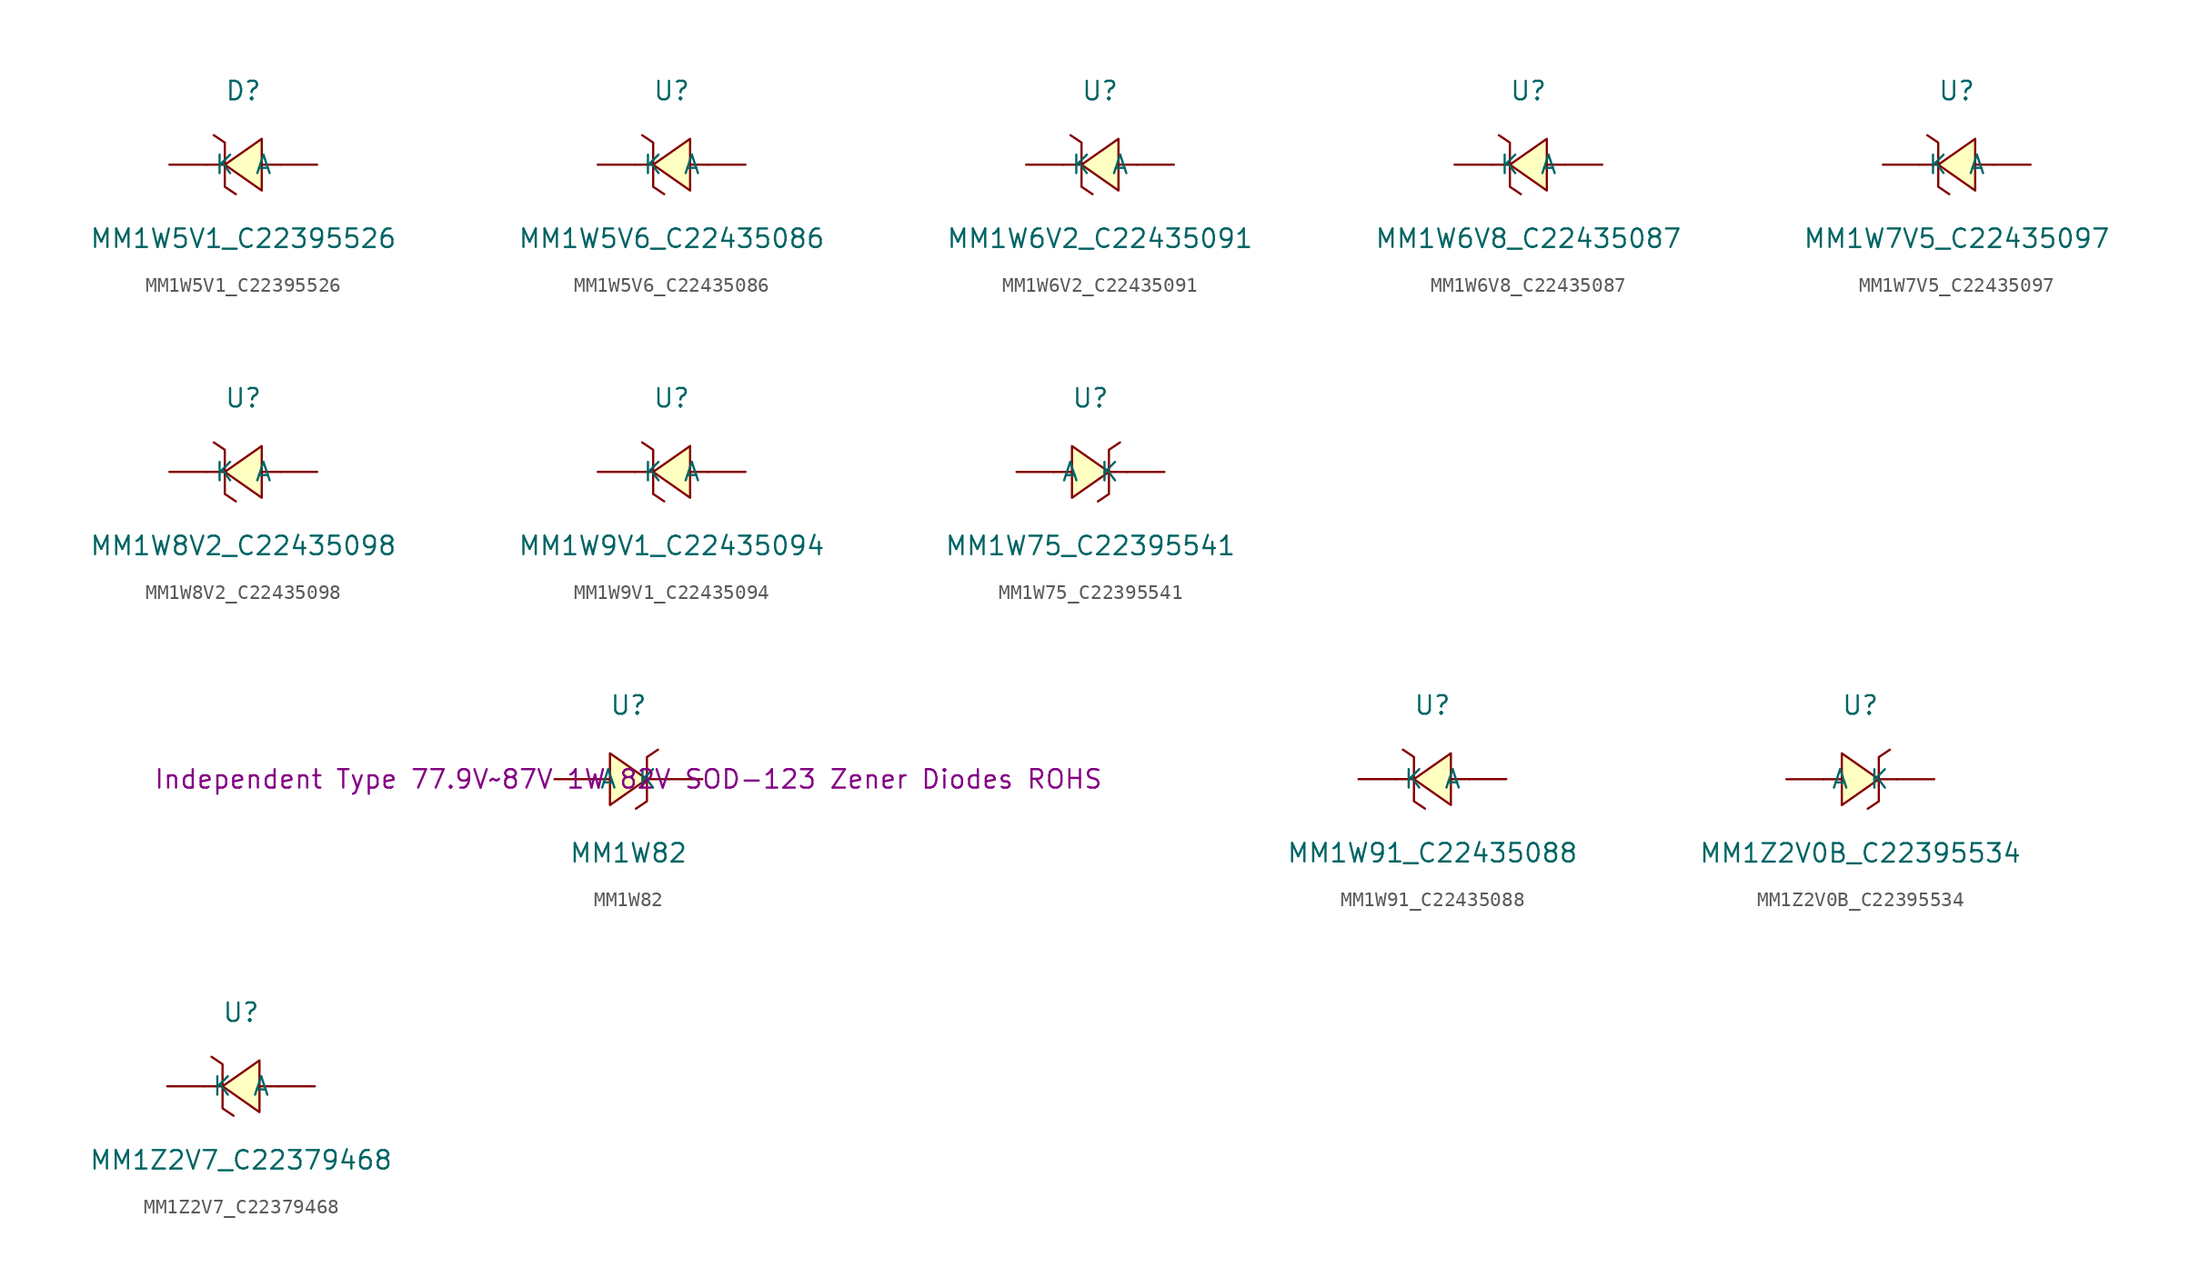
<source format=kicad_sym>
(kicad_symbol_lib
  (version 20241209)
  (generator "kicad_symbol_editor")
  (generator_version "9.0")
  (symbol "MM1W5V1_C22395526"
    (pin_numbers
      (hide yes))
    (property "Reference" "D"
      (at 0 5.08 0)
      (effects (font (size 1.27 1.27))))
    (property "Value" "MM1W5V1_C22395526"
      (at 0 -5.08 0)
      (effects (font (size 1.27 1.27))))
    (symbol "MM1W5V1_C22395526_0_1"
      (polyline (pts (xy -2.03 2.03) (xy -1.27 1.52) (xy -1.27 -1.52) (xy -0.51 -2.03)) (stroke (width 0) (type default)) (fill (type none)))
      (polyline (pts (xy -1.27 0) (xy -2.54 0)) (stroke (width 0) (type default)) (fill (type none)))
      (polyline (pts (xy 1.27 1.78) (xy -1.27 0) (xy 1.27 -1.78) (xy 1.27 1.78)) (stroke (width 0) (type default)) (fill (type background)))
      (polyline (pts (xy 2.54 0) (xy 1.27 0)) (stroke (width 0) (type default)) (fill (type none)))
      (pin unspecified line (at -5.08 0 0) (length 2.54) (name "K" (effects (font (size 1.27 1.27)))) (number "1" (effects (font (size 1.27 1.27)))))
      (pin unspecified line (at 5.08 0 180) (length 2.54) (name "A" (effects (font (size 1.27 1.27)))) (number "2" (effects (font (size 1.27 1.27)))))))
  (symbol "MM1W5V6_C22435086"
    (pin_numbers
      (hide yes))
    (property "Reference" "U"
      (at 0 5.08 0)
      (effects (font (size 1.27 1.27))))
    (property "Value" "MM1W5V6_C22435086"
      (at 0 -5.08 0)
      (effects (font (size 1.27 1.27))))
    (symbol "MM1W5V6_C22435086_0_1"
      (polyline (pts (xy -2.03 2.03) (xy -1.27 1.52) (xy -1.27 -1.52) (xy -0.51 -2.03)) (stroke (width 0) (type default)) (fill (type none)))
      (polyline (pts (xy -1.27 0) (xy -2.54 0)) (stroke (width 0) (type default)) (fill (type none)))
      (polyline (pts (xy 1.27 1.78) (xy -1.27 0) (xy 1.27 -1.78) (xy 1.27 1.78)) (stroke (width 0) (type default)) (fill (type background)))
      (polyline (pts (xy 2.54 0) (xy 1.27 0)) (stroke (width 0) (type default)) (fill (type none)))
      (pin unspecified line (at -5.08 0 0) (length 2.54) (name "K" (effects (font (size 1.27 1.27)))) (number "1" (effects (font (size 1.27 1.27)))))
      (pin unspecified line (at 5.08 0 180) (length 2.54) (name "A" (effects (font (size 1.27 1.27)))) (number "2" (effects (font (size 1.27 1.27)))))))
  (symbol "MM1W6V2_C22435091"
    (pin_numbers
      (hide yes))
    (property "Reference" "U"
      (at 0 5.08 0)
      (effects (font (size 1.27 1.27))))
    (property "Value" "MM1W6V2_C22435091"
      (at 0 -5.08 0)
      (effects (font (size 1.27 1.27))))
    (symbol "MM1W6V2_C22435091_0_1"
      (polyline (pts (xy -2.03 2.03) (xy -1.27 1.52) (xy -1.27 -1.52) (xy -0.51 -2.03)) (stroke (width 0) (type default)) (fill (type none)))
      (polyline (pts (xy -1.27 0) (xy -2.54 0)) (stroke (width 0) (type default)) (fill (type none)))
      (polyline (pts (xy 1.27 1.78) (xy -1.27 0) (xy 1.27 -1.78) (xy 1.27 1.78)) (stroke (width 0) (type default)) (fill (type background)))
      (polyline (pts (xy 2.54 0) (xy 1.27 0)) (stroke (width 0) (type default)) (fill (type none)))
      (pin unspecified line (at -5.08 0 0) (length 2.54) (name "K" (effects (font (size 1.27 1.27)))) (number "1" (effects (font (size 1.27 1.27)))))
      (pin unspecified line (at 5.08 0 180) (length 2.54) (name "A" (effects (font (size 1.27 1.27)))) (number "2" (effects (font (size 1.27 1.27)))))))
  (symbol "MM1W6V8_C22435087"
    (pin_numbers
      (hide yes))
    (property "Reference" "U"
      (at 0 5.08 0)
      (effects (font (size 1.27 1.27))))
    (property "Value" "MM1W6V8_C22435087"
      (at 0 -5.08 0)
      (effects (font (size 1.27 1.27))))
    (symbol "MM1W6V8_C22435087_0_1"
      (polyline (pts (xy -2.03 2.03) (xy -1.27 1.52) (xy -1.27 -1.52) (xy -0.51 -2.03)) (stroke (width 0) (type default)) (fill (type none)))
      (polyline (pts (xy -1.27 0) (xy -2.54 0)) (stroke (width 0) (type default)) (fill (type none)))
      (polyline (pts (xy 1.27 1.78) (xy -1.27 0) (xy 1.27 -1.78) (xy 1.27 1.78)) (stroke (width 0) (type default)) (fill (type background)))
      (polyline (pts (xy 2.54 0) (xy 1.27 0)) (stroke (width 0) (type default)) (fill (type none)))
      (pin unspecified line (at -5.08 0 0) (length 2.54) (name "K" (effects (font (size 1.27 1.27)))) (number "1" (effects (font (size 1.27 1.27)))))
      (pin unspecified line (at 5.08 0 180) (length 2.54) (name "A" (effects (font (size 1.27 1.27)))) (number "2" (effects (font (size 1.27 1.27)))))))
  (symbol "MM1W7V5_C22435097"
    (pin_numbers
      (hide yes))
    (property "Reference" "U"
      (at 0 5.08 0)
      (effects (font (size 1.27 1.27))))
    (property "Value" "MM1W7V5_C22435097"
      (at 0 -5.08 0)
      (effects (font (size 1.27 1.27))))
    (symbol "MM1W7V5_C22435097_0_1"
      (polyline (pts (xy -2.03 2.03) (xy -1.27 1.52) (xy -1.27 -1.52) (xy -0.51 -2.03)) (stroke (width 0) (type default)) (fill (type none)))
      (polyline (pts (xy -1.27 0) (xy -2.54 0)) (stroke (width 0) (type default)) (fill (type none)))
      (polyline (pts (xy 1.27 1.78) (xy -1.27 0) (xy 1.27 -1.78) (xy 1.27 1.78)) (stroke (width 0) (type default)) (fill (type background)))
      (polyline (pts (xy 2.54 0) (xy 1.27 0)) (stroke (width 0) (type default)) (fill (type none)))
      (pin unspecified line (at -5.08 0 0) (length 2.54) (name "K" (effects (font (size 1.27 1.27)))) (number "1" (effects (font (size 1.27 1.27)))))
      (pin unspecified line (at 5.08 0 180) (length 2.54) (name "A" (effects (font (size 1.27 1.27)))) (number "2" (effects (font (size 1.27 1.27)))))))
  (symbol "MM1W8V2_C22435098"
    (pin_numbers
      (hide yes))
    (property "Reference" "U"
      (at 0 5.08 0)
      (effects (font (size 1.27 1.27))))
    (property "Value" "MM1W8V2_C22435098"
      (at 0 -5.08 0)
      (effects (font (size 1.27 1.27))))
    (symbol "MM1W8V2_C22435098_0_1"
      (polyline (pts (xy -2.03 2.03) (xy -1.27 1.52) (xy -1.27 -1.52) (xy -0.51 -2.03)) (stroke (width 0) (type default)) (fill (type none)))
      (polyline (pts (xy -1.27 0) (xy -2.54 0)) (stroke (width 0) (type default)) (fill (type none)))
      (polyline (pts (xy 1.27 1.78) (xy -1.27 0) (xy 1.27 -1.78) (xy 1.27 1.78)) (stroke (width 0) (type default)) (fill (type background)))
      (polyline (pts (xy 2.54 0) (xy 1.27 0)) (stroke (width 0) (type default)) (fill (type none)))
      (pin unspecified line (at -5.08 0 0) (length 2.54) (name "K" (effects (font (size 1.27 1.27)))) (number "1" (effects (font (size 1.27 1.27)))))
      (pin unspecified line (at 5.08 0 180) (length 2.54) (name "A" (effects (font (size 1.27 1.27)))) (number "2" (effects (font (size 1.27 1.27)))))))
  (symbol "MM1W9V1_C22435094"
    (pin_numbers
      (hide yes))
    (property "Reference" "U"
      (at 0 5.08 0)
      (effects (font (size 1.27 1.27))))
    (property "Value" "MM1W9V1_C22435094"
      (at 0 -5.08 0)
      (effects (font (size 1.27 1.27))))
    (symbol "MM1W9V1_C22435094_0_1"
      (polyline (pts (xy -2.03 2.03) (xy -1.27 1.52) (xy -1.27 -1.52) (xy -0.51 -2.03)) (stroke (width 0) (type default)) (fill (type none)))
      (polyline (pts (xy -1.27 0) (xy -2.54 0)) (stroke (width 0) (type default)) (fill (type none)))
      (polyline (pts (xy 1.27 1.78) (xy -1.27 0) (xy 1.27 -1.78) (xy 1.27 1.78)) (stroke (width 0) (type default)) (fill (type background)))
      (polyline (pts (xy 2.54 0) (xy 1.27 0)) (stroke (width 0) (type default)) (fill (type none)))
      (pin unspecified line (at -5.08 0 0) (length 2.54) (name "K" (effects (font (size 1.27 1.27)))) (number "1" (effects (font (size 1.27 1.27)))))
      (pin unspecified line (at 5.08 0 180) (length 2.54) (name "A" (effects (font (size 1.27 1.27)))) (number "2" (effects (font (size 1.27 1.27)))))))
  (symbol "MM1W75_C22395541"
    (pin_numbers
      (hide yes))
    (property "Reference" "U"
      (at 0 5.08 0)
      (effects (font (size 1.27 1.27))))
    (property "Value" "MM1W75_C22395541"
      (at 0 -5.08 0)
      (effects (font (size 1.27 1.27))))
    (symbol "MM1W75_C22395541_0_1"
      (polyline (pts (xy -2.54 0) (xy -1.27 0)) (stroke (width 0) (type default)) (fill (type none)))
      (polyline (pts (xy -1.27 1.78) (xy 1.27 0) (xy -1.27 -1.78) (xy -1.27 1.78)) (stroke (width 0) (type default)) (fill (type background)))
      (polyline (pts (xy 1.27 0) (xy 2.54 0)) (stroke (width 0) (type default)) (fill (type none)))
      (polyline (pts (xy 2.03 2.03) (xy 1.27 1.52) (xy 1.27 -1.52) (xy 0.51 -2.03)) (stroke (width 0) (type default)) (fill (type none)))
      (pin unspecified line (at -5.08 0 0) (length 2.54) (name "A" (effects (font (size 1.27 1.27)))) (number "1" (effects (font (size 1.27 1.27)))))
      (pin unspecified line (at 5.08 0 180) (length 2.54) (name "K" (effects (font (size 1.27 1.27)))) (number "2" (effects (font (size 1.27 1.27)))))))
  (symbol "MM1W82"
    (pin_numbers
      (hide yes))
    (property "Reference" "U"
      (at 0 5.08 0)
      (effects (font (size 1.27 1.27))))
    (property "Value" "MM1W82"
      (at 0 -5.08 0)
      (effects (font (size 1.27 1.27))))
    (property "Description" "Independent Type 77.9V~87V 1W 82V SOD-123 Zener Diodes ROHS"
      (at 0 0 0)
      (effects (font (size 1.27 1.27))))
    (symbol "MM1W82_0_1"
      (polyline (pts (xy -2.54 0) (xy -1.27 0)) (stroke (width 0) (type default)) (fill (type none)))
      (polyline (pts (xy -1.27 1.78) (xy 1.27 0) (xy -1.27 -1.78) (xy -1.27 1.78)) (stroke (width 0) (type default)) (fill (type background)))
      (polyline (pts (xy 1.27 0) (xy 2.54 0)) (stroke (width 0) (type default)) (fill (type none)))
      (polyline (pts (xy 2.03 2.03) (xy 1.27 1.52) (xy 1.27 -1.52) (xy 0.51 -2.03)) (stroke (width 0) (type default)) (fill (type none)))
      (pin unspecified line (at -5.08 0 0) (length 2.54) (name "A" (effects (font (size 1.27 1.27)))) (number "1" (effects (font (size 1.27 1.27)))))
      (pin unspecified line (at 5.08 0 180) (length 2.54) (name "K" (effects (font (size 1.27 1.27)))) (number "2" (effects (font (size 1.27 1.27)))))))
  (symbol "MM1W91_C22435088"
    (pin_numbers
      (hide yes))
    (property "Reference" "U"
      (at 0 5.08 0)
      (effects (font (size 1.27 1.27))))
    (property "Value" "MM1W91_C22435088"
      (at 0 -5.08 0)
      (effects (font (size 1.27 1.27))))
    (symbol "MM1W91_C22435088_0_1"
      (polyline (pts (xy -2.03 2.03) (xy -1.27 1.52) (xy -1.27 -1.52) (xy -0.51 -2.03)) (stroke (width 0) (type default)) (fill (type none)))
      (polyline (pts (xy -1.27 0) (xy -2.54 0)) (stroke (width 0) (type default)) (fill (type none)))
      (polyline (pts (xy 1.27 1.78) (xy -1.27 0) (xy 1.27 -1.78) (xy 1.27 1.78)) (stroke (width 0) (type default)) (fill (type background)))
      (polyline (pts (xy 2.54 0) (xy 1.27 0)) (stroke (width 0) (type default)) (fill (type none)))
      (pin unspecified line (at -5.08 0 0) (length 2.54) (name "K" (effects (font (size 1.27 1.27)))) (number "1" (effects (font (size 1.27 1.27)))))
      (pin unspecified line (at 5.08 0 180) (length 2.54) (name "A" (effects (font (size 1.27 1.27)))) (number "2" (effects (font (size 1.27 1.27)))))))
  (symbol "MM1Z2V0B_C22395534"
    (pin_numbers
      (hide yes))
    (property "Reference" "U"
      (at 0 5.08 0)
      (effects (font (size 1.27 1.27))))
    (property "Value" "MM1Z2V0B_C22395534"
      (at 0 -5.08 0)
      (effects (font (size 1.27 1.27))))
    (symbol "MM1Z2V0B_C22395534_0_1"
      (polyline (pts (xy -2.54 0) (xy -1.27 0)) (stroke (width 0) (type default)) (fill (type none)))
      (polyline (pts (xy -1.27 1.78) (xy 1.27 0) (xy -1.27 -1.78) (xy -1.27 1.78)) (stroke (width 0) (type default)) (fill (type background)))
      (polyline (pts (xy 1.27 0) (xy 2.54 0)) (stroke (width 0) (type default)) (fill (type none)))
      (polyline (pts (xy 2.03 2.03) (xy 1.27 1.52) (xy 1.27 -1.52) (xy 0.51 -2.03)) (stroke (width 0) (type default)) (fill (type none)))
      (pin unspecified line (at -5.08 0 0) (length 2.54) (name "A" (effects (font (size 1.27 1.27)))) (number "1" (effects (font (size 1.27 1.27)))))
      (pin unspecified line (at 5.08 0 180) (length 2.54) (name "K" (effects (font (size 1.27 1.27)))) (number "2" (effects (font (size 1.27 1.27)))))))
  (symbol "MM1Z2V7_C22379468"
    (pin_numbers
      (hide yes))
    (property "Reference" "U"
      (at 0 5.08 0)
      (effects (font (size 1.27 1.27))))
    (property "Value" "MM1Z2V7_C22379468"
      (at 0 -5.08 0)
      (effects (font (size 1.27 1.27))))
    (symbol "MM1Z2V7_C22379468_0_1"
      (polyline (pts (xy -2.03 2.03) (xy -1.27 1.52) (xy -1.27 -1.52) (xy -0.51 -2.03)) (stroke (width 0) (type default)) (fill (type none)))
      (polyline (pts (xy -1.27 0) (xy -2.54 0)) (stroke (width 0) (type default)) (fill (type none)))
      (polyline (pts (xy 1.27 1.78) (xy -1.27 0) (xy 1.27 -1.78) (xy 1.27 1.78)) (stroke (width 0) (type default)) (fill (type background)))
      (polyline (pts (xy 2.54 0) (xy 1.27 0)) (stroke (width 0) (type default)) (fill (type none)))
      (pin unspecified line (at -5.08 0 0) (length 2.54) (name "K" (effects (font (size 1.27 1.27)))) (number "1" (effects (font (size 1.27 1.27)))))
      (pin unspecified line (at 5.08 0 180) (length 2.54) (name "A" (effects (font (size 1.27 1.27)))) (number "2" (effects (font (size 1.27 1.27))))))))
</source>
